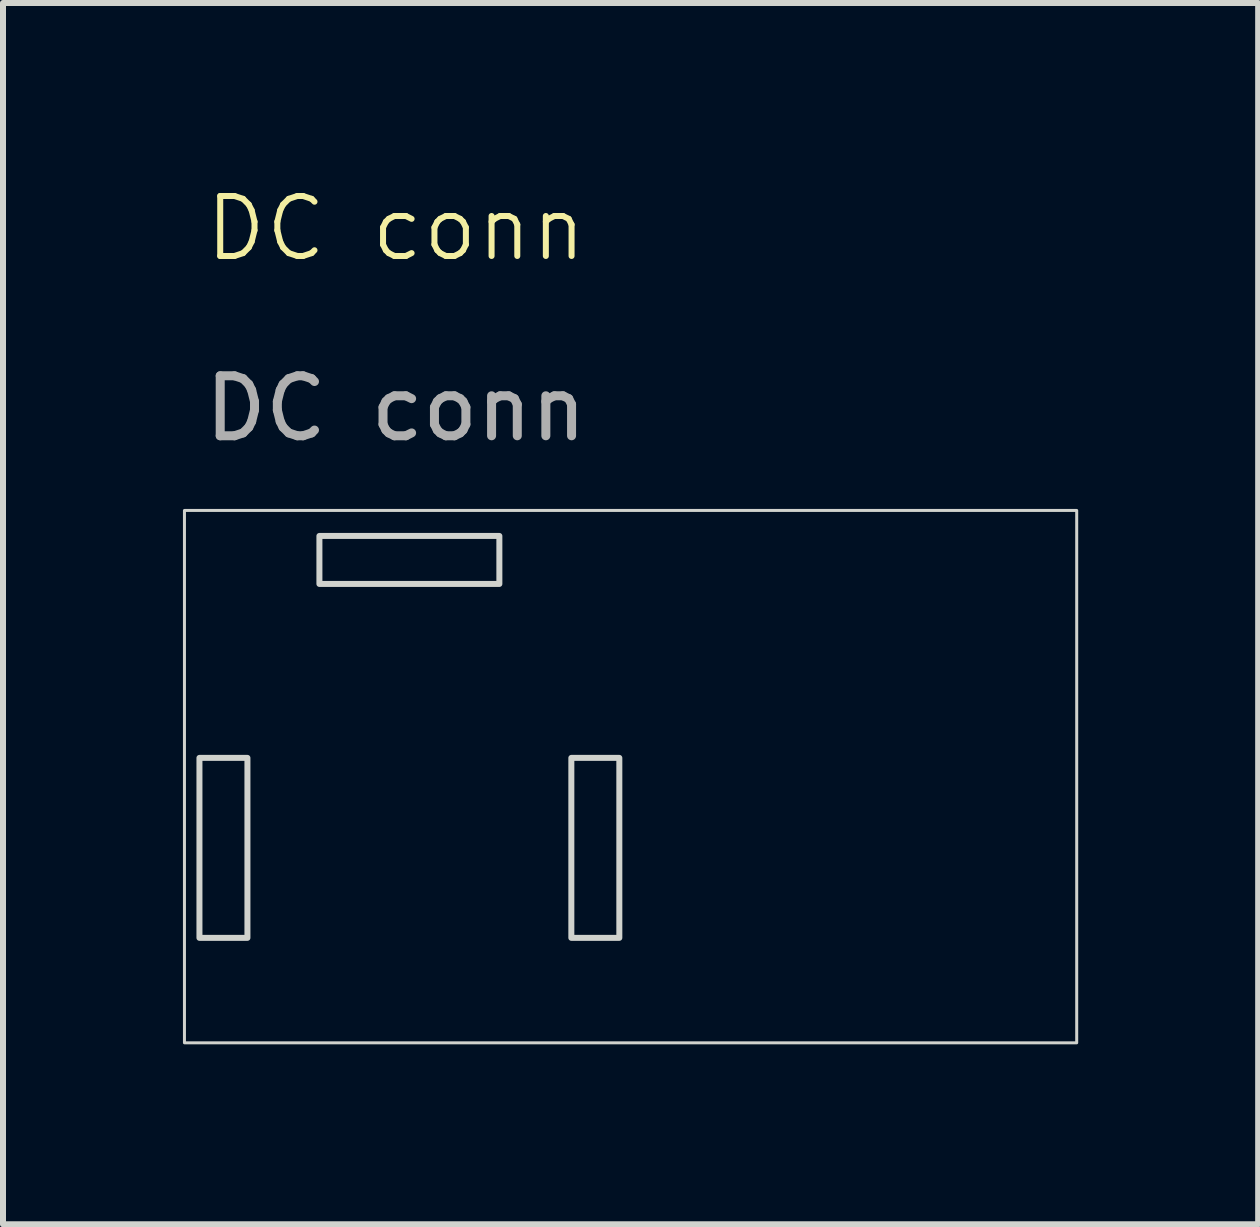
<source format=kicad_pcb>
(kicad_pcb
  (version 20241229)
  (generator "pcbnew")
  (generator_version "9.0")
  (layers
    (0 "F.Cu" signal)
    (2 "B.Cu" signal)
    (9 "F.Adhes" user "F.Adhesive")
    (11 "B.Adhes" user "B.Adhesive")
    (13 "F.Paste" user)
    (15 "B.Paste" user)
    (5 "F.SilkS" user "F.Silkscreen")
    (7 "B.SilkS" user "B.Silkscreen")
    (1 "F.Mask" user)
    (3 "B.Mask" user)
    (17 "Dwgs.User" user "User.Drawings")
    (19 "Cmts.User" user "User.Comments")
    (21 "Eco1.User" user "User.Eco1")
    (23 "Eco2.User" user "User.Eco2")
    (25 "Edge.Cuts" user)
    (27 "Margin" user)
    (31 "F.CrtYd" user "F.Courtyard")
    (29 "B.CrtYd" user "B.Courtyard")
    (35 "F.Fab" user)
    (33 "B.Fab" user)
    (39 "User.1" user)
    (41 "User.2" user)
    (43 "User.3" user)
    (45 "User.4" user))
  (footprint "DC conn"
    (layer "F.Cu")
    (at 3.55 1.26)
    (property "Reference" "DC conn" (at 0 -0.5 0) (unlocked yes) (layer "F.SilkS") (effects (font (size 1 1) (thickness 0.1))))
    (attr through_hole)
    (fp_rect (start -3.525 4.2) (end 11.35 13.075) (stroke (width 0.05) (type default)) (fill no) (layer "Edge.Cuts"))
    (fp_rect (start -3.275 8.325) (end -2.475 11.325) (stroke (width 0.1) (type default)) (fill no) (layer "Edge.Cuts"))
    (fp_rect (start -1.275 4.625) (end 1.725 5.425) (stroke (width 0.1) (type default)) (fill no) (layer "Edge.Cuts"))
    (fp_rect (start 2.925 8.325) (end 3.725 11.325) (stroke (width 0.1) (type default)) (fill no) (layer "Edge.Cuts"))
    (fp_text user "${REFERENCE}" (at 0 2.5 0) (unlocked yes) (layer "F.Fab") (effects (font (size 1 1) (thickness 0.15)))))
  (gr_rect
    (start -3 -3)
    (end 17.925 17.36)
    (stroke (width 0.1) (type default))
    (fill no)
    (layer "Edge.Cuts")))
</source>
